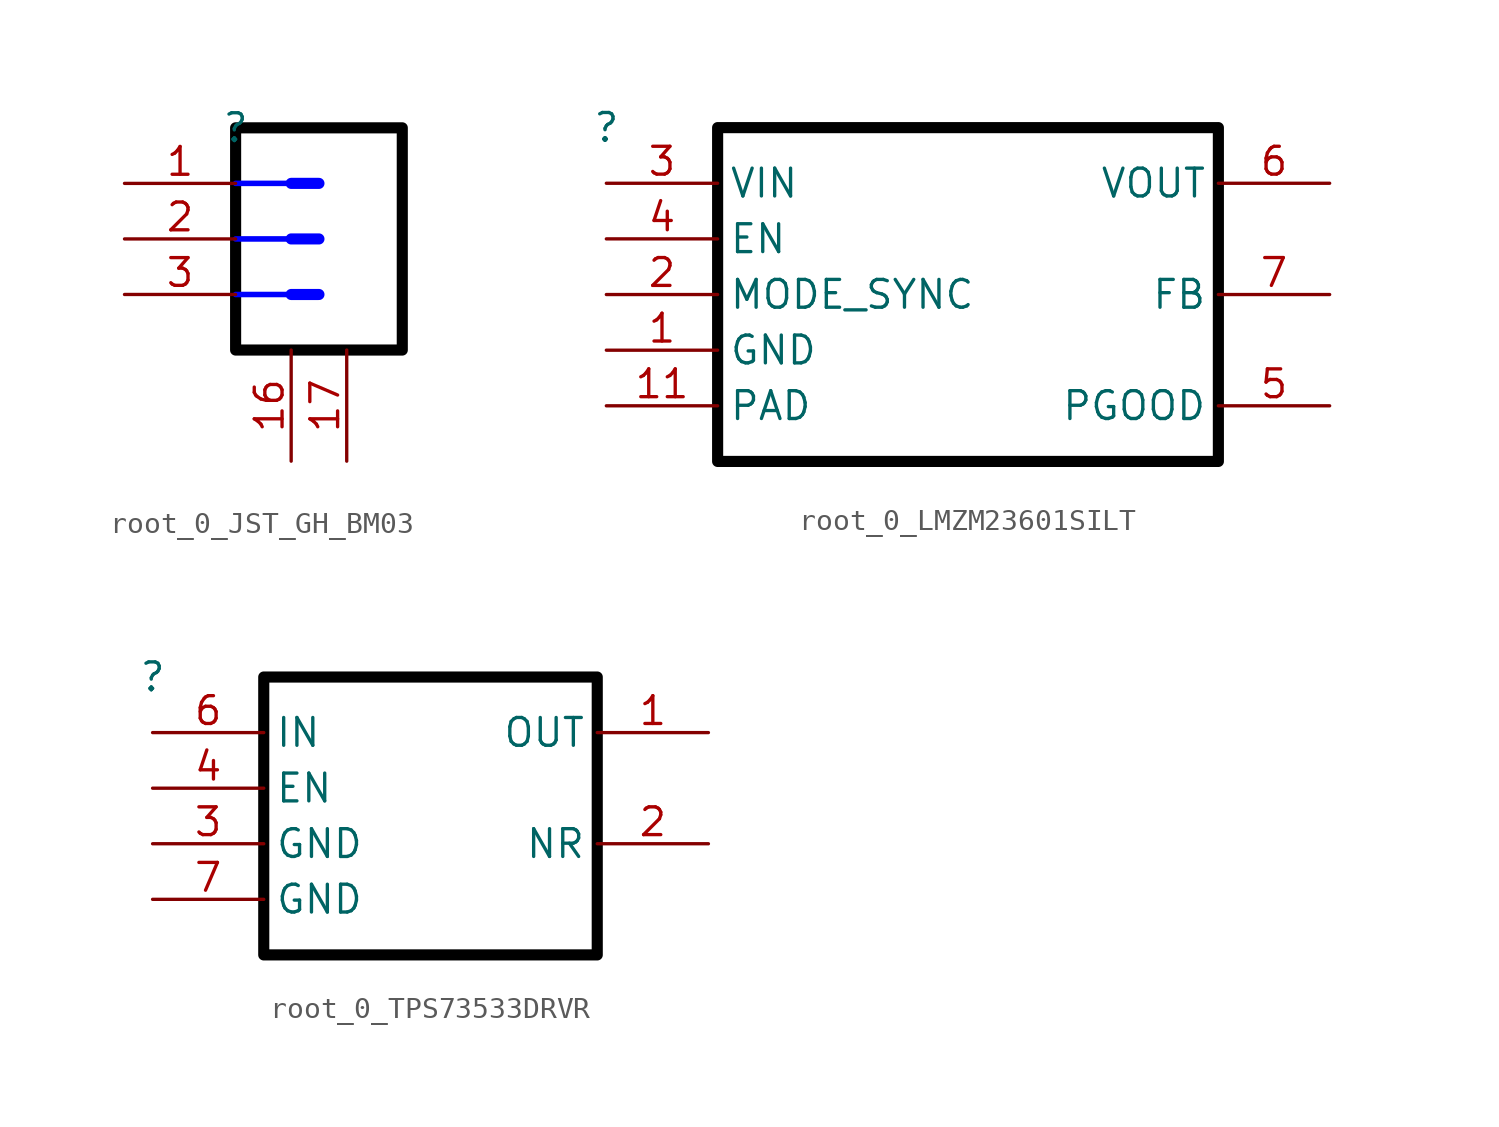
<source format=kicad_sym>
(kicad_symbol_lib
  (version 20220914)
  (generator kicad_symbol_editor)
  (symbol "root_0_JST_GH_BM03"
    (property "Reference" ""
      (at 0 0 0)
      (effects (font (size 1.27 1.27))))
    (property "Value" ""
      (at 0 0 0)
      (effects (font (size 1.27 1.27))))
    (symbol "root_0_JST_GH_BM03_1_0"
      (polyline (pts (xy 0 -7.62) (xy 2.54 -7.62)) (stroke (width 0.254) (type solid) (color 0 0 255 1)) (fill (type none)))
      (polyline (pts (xy 0 -5.08) (xy 2.54 -5.08)) (stroke (width 0.254) (type solid) (color 0 0 255 1)) (fill (type none)))
      (polyline (pts (xy 0 -2.54) (xy 2.54 -2.54)) (stroke (width 0.254) (type solid) (color 0 0 255 1)) (fill (type none)))
      (polyline (pts (xy 3.81 -7.62) (xy 2.54 -7.62)) (stroke (width 0.508) (type solid) (color 0 0 255 1)) (fill (type none)))
      (polyline (pts (xy 3.81 -5.08) (xy 2.54 -5.08)) (stroke (width 0.508) (type solid) (color 0 0 255 1)) (fill (type none)))
      (polyline (pts (xy 3.81 -2.54) (xy 2.54 -2.54)) (stroke (width 0.508) (type solid) (color 0 0 255 1)) (fill (type none)))
      (polyline (pts (xy 0 0) (xy 0 -10.16) (xy 7.62 -10.16) (xy 7.62 0) (xy 0 0)) (stroke (width 0.508) (type solid) (color 0 0 0 1)) (fill (type none)))
      (pin bidirectional line (at -5.08 -2.54 0) (length 5.08) (name "1" (effects (font (size 0 0)))) (number "1" (effects (font (size 1.27 1.27)))))
      (pin passive line (at 2.54 -15.24 90) (length 5.08) (name "16" (effects (font (size 0 0)))) (number "16" (effects (font (size 1.27 1.27)))))
      (pin passive line (at 5.08 -15.24 90) (length 5.08) (name "17" (effects (font (size 0 0)))) (number "17" (effects (font (size 1.27 1.27)))))
      (pin bidirectional line (at -5.08 -5.08 0) (length 5.08) (name "2" (effects (font (size 0 0)))) (number "2" (effects (font (size 1.27 1.27)))))
      (pin bidirectional line (at -5.08 -7.62 0) (length 5.08) (name "3" (effects (font (size 0 0)))) (number "3" (effects (font (size 1.27 1.27)))))))
  (symbol "root_0_LMZM23601SILT"
    (property "Reference" ""
      (at 0 0 0)
      (effects (font (size 1.27 1.27))))
    (property "Value" ""
      (at 0 0 0)
      (effects (font (size 1.27 1.27))))
    (symbol "root_0_LMZM23601SILT_1_0"
      (polyline (pts (xy 5.08 0) (xy 5.08 -15.24) (xy 27.94 -15.24) (xy 27.94 0) (xy 5.08 0)) (stroke (width 0.508) (type solid) (color 0 0 0 1)) (fill (type none)))
      (pin power_in line (at 0 -10.16 0) (length 5.08) (name "GND" (effects (font (size 1.27 1.27)))) (number "1" (effects (font (size 1.27 1.27)))))
      (pin power_in line (at 0 -12.7 0) (length 5.08) (name "PAD" (effects (font (size 1.27 1.27)))) (number "11" (effects (font (size 1.27 1.27)))))
      (pin input line (at 0 -7.62 0) (length 5.08) (name "MODE_SYNC" (effects (font (size 1.27 1.27)))) (number "2" (effects (font (size 1.27 1.27)))))
      (pin power_in line (at 0 -2.54 0) (length 5.08) (name "VIN" (effects (font (size 1.27 1.27)))) (number "3" (effects (font (size 1.27 1.27)))))
      (pin input line (at 0 -5.08 0) (length 5.08) (name "EN" (effects (font (size 1.27 1.27)))) (number "4" (effects (font (size 1.27 1.27)))))
      (pin open_collector line (at 33.02 -12.7 180) (length 5.08) (name "PGOOD" (effects (font (size 1.27 1.27)))) (number "5" (effects (font (size 1.27 1.27)))))
      (pin power_in line (at 33.02 -2.54 180) (length 5.08) (name "VOUT" (effects (font (size 1.27 1.27)))) (number "6" (effects (font (size 1.27 1.27)))))
      (pin input line (at 33.02 -7.62 180) (length 5.08) (name "FB" (effects (font (size 1.27 1.27)))) (number "7" (effects (font (size 1.27 1.27)))))))
  (symbol "root_0_TPS73533DRVR"
    (property "Reference" ""
      (at 0 0 0)
      (effects (font (size 1.27 1.27))))
    (property "Value" ""
      (at 0 0 0)
      (effects (font (size 1.27 1.27))))
    (symbol "root_0_TPS73533DRVR_1_0"
      (polyline (pts (xy 5.08 0) (xy 5.08 -12.7) (xy 20.32 -12.7) (xy 20.32 0) (xy 5.08 0)) (stroke (width 0.508) (type solid) (color 0 0 0 1)) (fill (type none)))
      (pin power_in line (at 25.4 -2.54 180) (length 5.08) (name "OUT" (effects (font (size 1.27 1.27)))) (number "1" (effects (font (size 1.27 1.27)))))
      (pin passive line (at 25.4 -7.62 180) (length 5.08) (name "NR" (effects (font (size 1.27 1.27)))) (number "2" (effects (font (size 1.27 1.27)))))
      (pin power_in line (at 0 -7.62 0) (length 5.08) (name "GND" (effects (font (size 1.27 1.27)))) (number "3" (effects (font (size 1.27 1.27)))))
      (pin input line (at 0 -5.08 0) (length 5.08) (name "EN" (effects (font (size 1.27 1.27)))) (number "4" (effects (font (size 1.27 1.27)))))
      (pin power_in line (at 0 -2.54 0) (length 5.08) (name "IN" (effects (font (size 1.27 1.27)))) (number "6" (effects (font (size 1.27 1.27)))))
      (pin power_in line (at 0 -10.16 0) (length 5.08) (name "GND" (effects (font (size 1.27 1.27)))) (number "7" (effects (font (size 1.27 1.27))))))))
</source>
